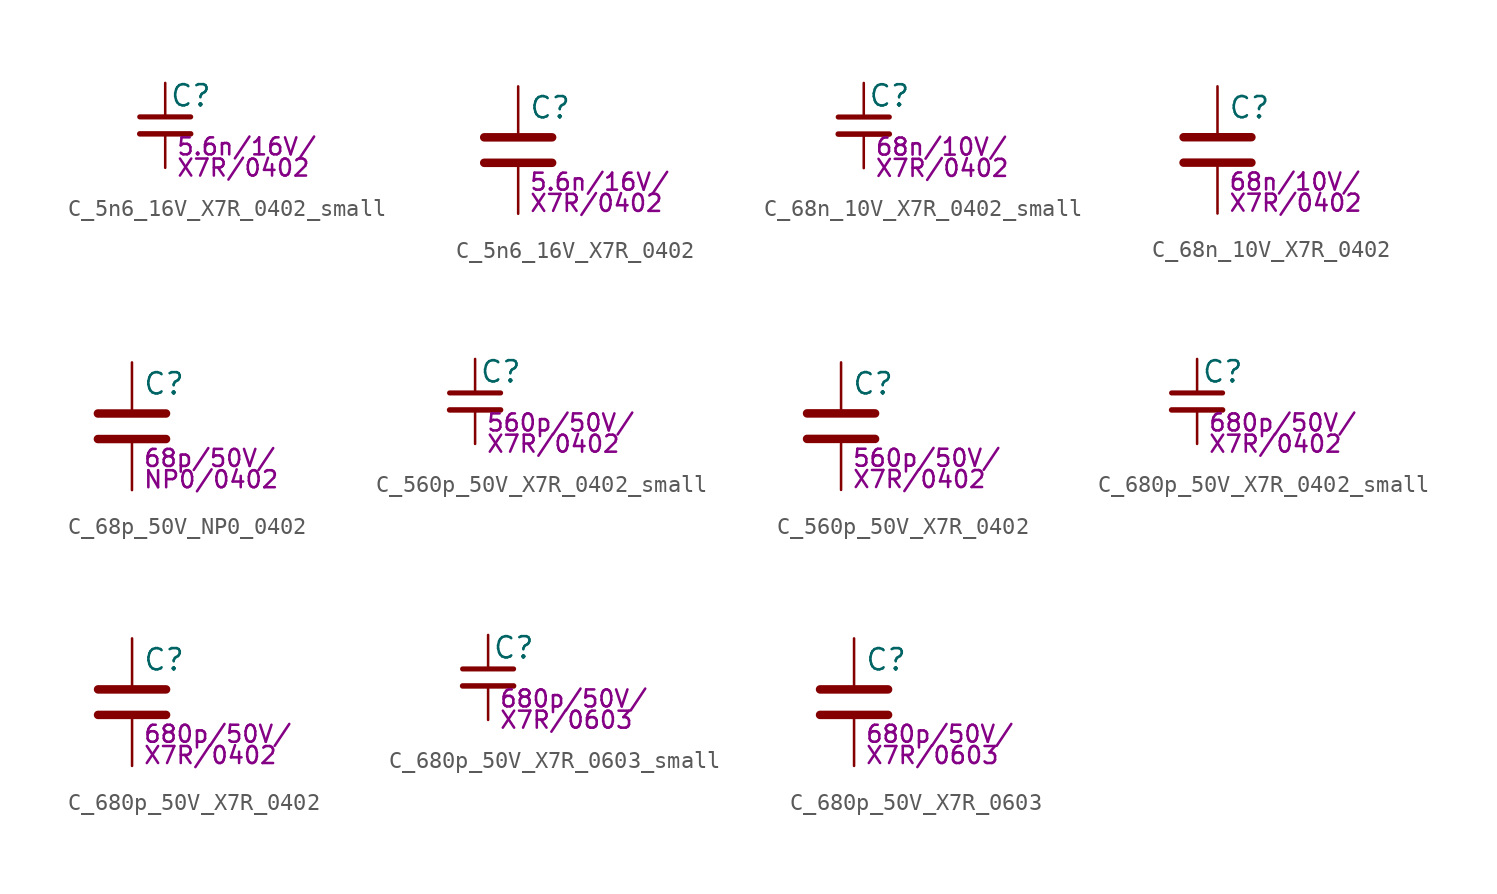
<source format=kicad_sym>
(kicad_symbol_lib
  (version 20211014)
  (generator kicad_symbol_editor)
  (symbol "C_5n6_16V_X7R_0402_small"
    (pin_numbers hide)
    (pin_names
      (offset 0.254) hide)
    (property "Reference" "C"
      (at 0.254 1.778 0)
      (effects (font (size 1.27 1.27)) (justify left)))
    (property "Params" "5.6n/16V/"
      (at 0.635 -1.27 0)
      (effects (font (size 1.016 1.016)) (justify left)))
    (property "Params2" "X7R/0402"
      (at 0.635 -2.54 0)
      (effects (font (size 1.016 1.016)) (justify left)))
    (symbol "C_5n6_16V_X7R_0402_small_0_1"
      (polyline (pts (xy -1.524 -0.508) (xy 1.524 -0.508)) (stroke (width 0.33) (type default) (color 0 0 0 0)) (fill (type none)))
      (polyline (pts (xy -1.524 0.508) (xy 1.524 0.508)) (stroke (width 0.305) (type default) (color 0 0 0 0)) (fill (type none))))
    (symbol "C_5n6_16V_X7R_0402_small_1_1"
      (pin passive line (at 0 2.54 270) (length 2.032) (name "~" (effects (font (size 1.27 1.27)))) (number "1" (effects (font (size 1.27 1.27)))))
      (pin passive line (at 0 -2.54 90) (length 2.032) (name "~" (effects (font (size 1.27 1.27)))) (number "2" (effects (font (size 1.27 1.27)))))))
  (symbol "C_5n6_16V_X7R_0402"
    (pin_numbers hide)
    (pin_names
      (offset 0.254))
    (property "Reference" "C"
      (at 0.635 2.54 0)
      (effects (font (size 1.27 1.27)) (justify left)))
    (property "Params" "5.6n/16V/"
      (at 0.635 -1.905 0)
      (effects (font (size 1.016 1.016)) (justify left)))
    (property "Params2" "X7R/0402"
      (at 0.635 -3.175 0)
      (effects (font (size 1.016 1.016)) (justify left)))
    (symbol "C_5n6_16V_X7R_0402_0_1"
      (polyline (pts (xy -2.032 -0.762) (xy 2.032 -0.762)) (stroke (width 0.508) (type default) (color 0 0 0 0)) (fill (type none)))
      (polyline (pts (xy -2.032 0.762) (xy 2.032 0.762)) (stroke (width 0.508) (type default) (color 0 0 0 0)) (fill (type none))))
    (symbol "C_5n6_16V_X7R_0402_1_1"
      (pin passive line (at 0 3.81 270) (length 2.794) (name "~" (effects (font (size 1.27 1.27)))) (number "1" (effects (font (size 1.27 1.27)))))
      (pin passive line (at 0 -3.81 90) (length 2.794) (name "~" (effects (font (size 1.27 1.27)))) (number "2" (effects (font (size 1.27 1.27)))))))
  (symbol "C_68n_10V_X7R_0402_small"
    (pin_numbers hide)
    (pin_names
      (offset 0.254) hide)
    (property "Reference" "C"
      (at 0.254 1.778 0)
      (effects (font (size 1.27 1.27)) (justify left)))
    (property "Params" "68n/10V/"
      (at 0.635 -1.27 0)
      (effects (font (size 1.016 1.016)) (justify left)))
    (property "Params2" "X7R/0402"
      (at 0.635 -2.54 0)
      (effects (font (size 1.016 1.016)) (justify left)))
    (symbol "C_68n_10V_X7R_0402_small_0_1"
      (polyline (pts (xy -1.524 -0.508) (xy 1.524 -0.508)) (stroke (width 0.33) (type default) (color 0 0 0 0)) (fill (type none)))
      (polyline (pts (xy -1.524 0.508) (xy 1.524 0.508)) (stroke (width 0.305) (type default) (color 0 0 0 0)) (fill (type none))))
    (symbol "C_68n_10V_X7R_0402_small_1_1"
      (pin passive line (at 0 2.54 270) (length 2.032) (name "~" (effects (font (size 1.27 1.27)))) (number "1" (effects (font (size 1.27 1.27)))))
      (pin passive line (at 0 -2.54 90) (length 2.032) (name "~" (effects (font (size 1.27 1.27)))) (number "2" (effects (font (size 1.27 1.27)))))))
  (symbol "C_68n_10V_X7R_0402"
    (pin_numbers hide)
    (pin_names
      (offset 0.254))
    (property "Reference" "C"
      (at 0.635 2.54 0)
      (effects (font (size 1.27 1.27)) (justify left)))
    (property "Params" "68n/10V/"
      (at 0.635 -1.905 0)
      (effects (font (size 1.016 1.016)) (justify left)))
    (property "Params2" "X7R/0402"
      (at 0.635 -3.175 0)
      (effects (font (size 1.016 1.016)) (justify left)))
    (symbol "C_68n_10V_X7R_0402_0_1"
      (polyline (pts (xy -2.032 -0.762) (xy 2.032 -0.762)) (stroke (width 0.508) (type default) (color 0 0 0 0)) (fill (type none)))
      (polyline (pts (xy -2.032 0.762) (xy 2.032 0.762)) (stroke (width 0.508) (type default) (color 0 0 0 0)) (fill (type none))))
    (symbol "C_68n_10V_X7R_0402_1_1"
      (pin passive line (at 0 3.81 270) (length 2.794) (name "~" (effects (font (size 1.27 1.27)))) (number "1" (effects (font (size 1.27 1.27)))))
      (pin passive line (at 0 -3.81 90) (length 2.794) (name "~" (effects (font (size 1.27 1.27)))) (number "2" (effects (font (size 1.27 1.27)))))))
  (symbol "C_68p_50V_NP0_0402"
    (pin_numbers hide)
    (pin_names
      (offset 0.254))
    (property "Reference" "C"
      (at 0.635 2.54 0)
      (effects (font (size 1.27 1.27)) (justify left)))
    (property "Params" "68p/50V/"
      (at 0.635 -1.905 0)
      (effects (font (size 1.016 1.016)) (justify left)))
    (property "Params2" "NP0/0402"
      (at 0.635 -3.175 0)
      (effects (font (size 1.016 1.016)) (justify left)))
    (symbol "C_68p_50V_NP0_0402_0_1"
      (polyline (pts (xy -2.032 -0.762) (xy 2.032 -0.762)) (stroke (width 0.508) (type default) (color 0 0 0 0)) (fill (type none)))
      (polyline (pts (xy -2.032 0.762) (xy 2.032 0.762)) (stroke (width 0.508) (type default) (color 0 0 0 0)) (fill (type none))))
    (symbol "C_68p_50V_NP0_0402_1_1"
      (pin passive line (at 0 3.81 270) (length 2.794) (name "~" (effects (font (size 1.27 1.27)))) (number "1" (effects (font (size 1.27 1.27)))))
      (pin passive line (at 0 -3.81 90) (length 2.794) (name "~" (effects (font (size 1.27 1.27)))) (number "2" (effects (font (size 1.27 1.27)))))))
  (symbol "C_560p_50V_X7R_0402_small"
    (pin_numbers hide)
    (pin_names
      (offset 0.254) hide)
    (property "Reference" "C"
      (at 0.254 1.778 0)
      (effects (font (size 1.27 1.27)) (justify left)))
    (property "Params" "560p/50V/"
      (at 0.635 -1.27 0)
      (effects (font (size 1.016 1.016)) (justify left)))
    (property "Params2" "X7R/0402"
      (at 0.635 -2.54 0)
      (effects (font (size 1.016 1.016)) (justify left)))
    (symbol "C_560p_50V_X7R_0402_small_0_1"
      (polyline (pts (xy -1.524 -0.508) (xy 1.524 -0.508)) (stroke (width 0.33) (type default) (color 0 0 0 0)) (fill (type none)))
      (polyline (pts (xy -1.524 0.508) (xy 1.524 0.508)) (stroke (width 0.305) (type default) (color 0 0 0 0)) (fill (type none))))
    (symbol "C_560p_50V_X7R_0402_small_1_1"
      (pin passive line (at 0 2.54 270) (length 2.032) (name "~" (effects (font (size 1.27 1.27)))) (number "1" (effects (font (size 1.27 1.27)))))
      (pin passive line (at 0 -2.54 90) (length 2.032) (name "~" (effects (font (size 1.27 1.27)))) (number "2" (effects (font (size 1.27 1.27)))))))
  (symbol "C_560p_50V_X7R_0402"
    (pin_numbers hide)
    (pin_names
      (offset 0.254))
    (property "Reference" "C"
      (at 0.635 2.54 0)
      (effects (font (size 1.27 1.27)) (justify left)))
    (property "Params" "560p/50V/"
      (at 0.635 -1.905 0)
      (effects (font (size 1.016 1.016)) (justify left)))
    (property "Params2" "X7R/0402"
      (at 0.635 -3.175 0)
      (effects (font (size 1.016 1.016)) (justify left)))
    (symbol "C_560p_50V_X7R_0402_0_1"
      (polyline (pts (xy -2.032 -0.762) (xy 2.032 -0.762)) (stroke (width 0.508) (type default) (color 0 0 0 0)) (fill (type none)))
      (polyline (pts (xy -2.032 0.762) (xy 2.032 0.762)) (stroke (width 0.508) (type default) (color 0 0 0 0)) (fill (type none))))
    (symbol "C_560p_50V_X7R_0402_1_1"
      (pin passive line (at 0 3.81 270) (length 2.794) (name "~" (effects (font (size 1.27 1.27)))) (number "1" (effects (font (size 1.27 1.27)))))
      (pin passive line (at 0 -3.81 90) (length 2.794) (name "~" (effects (font (size 1.27 1.27)))) (number "2" (effects (font (size 1.27 1.27)))))))
  (symbol "C_680p_50V_X7R_0402_small"
    (pin_numbers hide)
    (pin_names
      (offset 0.254) hide)
    (property "Reference" "C"
      (at 0.254 1.778 0)
      (effects (font (size 1.27 1.27)) (justify left)))
    (property "Params" "680p/50V/"
      (at 0.635 -1.27 0)
      (effects (font (size 1.016 1.016)) (justify left)))
    (property "Params2" "X7R/0402"
      (at 0.635 -2.54 0)
      (effects (font (size 1.016 1.016)) (justify left)))
    (symbol "C_680p_50V_X7R_0402_small_0_1"
      (polyline (pts (xy -1.524 -0.508) (xy 1.524 -0.508)) (stroke (width 0.33) (type default) (color 0 0 0 0)) (fill (type none)))
      (polyline (pts (xy -1.524 0.508) (xy 1.524 0.508)) (stroke (width 0.305) (type default) (color 0 0 0 0)) (fill (type none))))
    (symbol "C_680p_50V_X7R_0402_small_1_1"
      (pin passive line (at 0 2.54 270) (length 2.032) (name "~" (effects (font (size 1.27 1.27)))) (number "1" (effects (font (size 1.27 1.27)))))
      (pin passive line (at 0 -2.54 90) (length 2.032) (name "~" (effects (font (size 1.27 1.27)))) (number "2" (effects (font (size 1.27 1.27)))))))
  (symbol "C_680p_50V_X7R_0402"
    (pin_numbers hide)
    (pin_names
      (offset 0.254))
    (property "Reference" "C"
      (at 0.635 2.54 0)
      (effects (font (size 1.27 1.27)) (justify left)))
    (property "Params" "680p/50V/"
      (at 0.635 -1.905 0)
      (effects (font (size 1.016 1.016)) (justify left)))
    (property "Params2" "X7R/0402"
      (at 0.635 -3.175 0)
      (effects (font (size 1.016 1.016)) (justify left)))
    (symbol "C_680p_50V_X7R_0402_0_1"
      (polyline (pts (xy -2.032 -0.762) (xy 2.032 -0.762)) (stroke (width 0.508) (type default) (color 0 0 0 0)) (fill (type none)))
      (polyline (pts (xy -2.032 0.762) (xy 2.032 0.762)) (stroke (width 0.508) (type default) (color 0 0 0 0)) (fill (type none))))
    (symbol "C_680p_50V_X7R_0402_1_1"
      (pin passive line (at 0 3.81 270) (length 2.794) (name "~" (effects (font (size 1.27 1.27)))) (number "1" (effects (font (size 1.27 1.27)))))
      (pin passive line (at 0 -3.81 90) (length 2.794) (name "~" (effects (font (size 1.27 1.27)))) (number "2" (effects (font (size 1.27 1.27)))))))
  (symbol "C_680p_50V_X7R_0603_small"
    (pin_numbers hide)
    (pin_names
      (offset 0.254) hide)
    (property "Reference" "C"
      (at 0.254 1.778 0)
      (effects (font (size 1.27 1.27)) (justify left)))
    (property "Params" "680p/50V/"
      (at 0.635 -1.27 0)
      (effects (font (size 1.016 1.016)) (justify left)))
    (property "Params2" "X7R/0603"
      (at 0.635 -2.54 0)
      (effects (font (size 1.016 1.016)) (justify left)))
    (symbol "C_680p_50V_X7R_0603_small_0_1"
      (polyline (pts (xy -1.524 -0.508) (xy 1.524 -0.508)) (stroke (width 0.33) (type default) (color 0 0 0 0)) (fill (type none)))
      (polyline (pts (xy -1.524 0.508) (xy 1.524 0.508)) (stroke (width 0.305) (type default) (color 0 0 0 0)) (fill (type none))))
    (symbol "C_680p_50V_X7R_0603_small_1_1"
      (pin passive line (at 0 2.54 270) (length 2.032) (name "~" (effects (font (size 1.27 1.27)))) (number "1" (effects (font (size 1.27 1.27)))))
      (pin passive line (at 0 -2.54 90) (length 2.032) (name "~" (effects (font (size 1.27 1.27)))) (number "2" (effects (font (size 1.27 1.27)))))))
  (symbol "C_680p_50V_X7R_0603"
    (pin_numbers hide)
    (pin_names
      (offset 0.254))
    (property "Reference" "C"
      (at 0.635 2.54 0)
      (effects (font (size 1.27 1.27)) (justify left)))
    (property "Params" "680p/50V/"
      (at 0.635 -1.905 0)
      (effects (font (size 1.016 1.016)) (justify left)))
    (property "Params2" "X7R/0603"
      (at 0.635 -3.175 0)
      (effects (font (size 1.016 1.016)) (justify left)))
    (symbol "C_680p_50V_X7R_0603_0_1"
      (polyline (pts (xy -2.032 -0.762) (xy 2.032 -0.762)) (stroke (width 0.508) (type default) (color 0 0 0 0)) (fill (type none)))
      (polyline (pts (xy -2.032 0.762) (xy 2.032 0.762)) (stroke (width 0.508) (type default) (color 0 0 0 0)) (fill (type none))))
    (symbol "C_680p_50V_X7R_0603_1_1"
      (pin passive line (at 0 3.81 270) (length 2.794) (name "~" (effects (font (size 1.27 1.27)))) (number "1" (effects (font (size 1.27 1.27)))))
      (pin passive line (at 0 -3.81 90) (length 2.794) (name "~" (effects (font (size 1.27 1.27)))) (number "2" (effects (font (size 1.27 1.27))))))))
</source>
